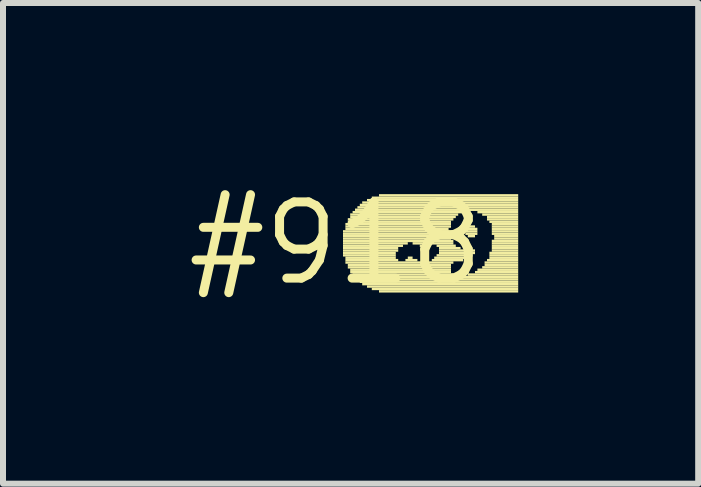
<source format=kicad_pcb>
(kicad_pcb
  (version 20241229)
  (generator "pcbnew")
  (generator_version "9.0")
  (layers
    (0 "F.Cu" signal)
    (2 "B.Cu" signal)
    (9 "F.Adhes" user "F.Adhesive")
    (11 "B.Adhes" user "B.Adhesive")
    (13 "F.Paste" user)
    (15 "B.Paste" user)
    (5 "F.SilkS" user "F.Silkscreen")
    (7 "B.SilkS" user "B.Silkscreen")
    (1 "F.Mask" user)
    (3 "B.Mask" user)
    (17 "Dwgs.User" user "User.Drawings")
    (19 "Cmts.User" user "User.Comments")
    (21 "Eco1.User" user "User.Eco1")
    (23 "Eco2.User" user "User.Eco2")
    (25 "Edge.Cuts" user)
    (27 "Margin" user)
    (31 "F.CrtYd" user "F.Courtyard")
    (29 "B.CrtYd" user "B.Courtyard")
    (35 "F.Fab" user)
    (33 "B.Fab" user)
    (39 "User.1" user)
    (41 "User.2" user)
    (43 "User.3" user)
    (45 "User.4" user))
  (footprint "#918"
    (layer "F.Cu")
    (at 2.547 1.006)
    (property "Reference" "#918" (at 0 0 0) (layer "F.SilkS") (effects (font (size 1.27 1.27) (thickness 0.15))))
    (attr through_hole)
    (fp_poly (pts (xy 0.12 -0.18) (xy 1.88 -0.18) (xy 1.88 -0.22) (xy 0.12 -0.22)) (stroke (width 0) (type solid)) (fill yes) (layer "F.SilkS"))
    (fp_poly (pts (xy 0.12 -0.14) (xy 1.88 -0.14) (xy 1.88 -0.18) (xy 0.12 -0.18)) (stroke (width 0) (type solid)) (fill yes) (layer "F.SilkS"))
    (fp_poly (pts (xy 0.12 -0.1) (xy 1.92 -0.1) (xy 1.92 -0.14) (xy 0.12 -0.14)) (stroke (width 0) (type solid)) (fill yes) (layer "F.SilkS"))
    (fp_poly (pts (xy 0.12 -0.06) (xy 1.92 -0.06) (xy 1.92 -0.1) (xy 0.12 -0.1)) (stroke (width 0) (type solid)) (fill yes) (layer "F.SilkS"))
    (fp_poly (pts (xy 0.12 -0.02) (xy 1.96 -0.02) (xy 1.96 -0.06) (xy 0.12 -0.06)) (stroke (width 0) (type solid)) (fill yes) (layer "F.SilkS"))
    (fp_poly (pts (xy 0.12 0.02) (xy 1.2 0.02) (xy 1.2 -0.02) (xy 0.12 -0.02)) (stroke (width 0) (type solid)) (fill yes) (layer "F.SilkS"))
    (fp_poly (pts (xy 0.12 0.06) (xy 1.12 0.06) (xy 1.12 0.02) (xy 0.12 0.02)) (stroke (width 0) (type solid)) (fill yes) (layer "F.SilkS"))
    (fp_poly (pts (xy 0.12 0.1) (xy 1.04 0.1) (xy 1.04 0.06) (xy 0.12 0.06)) (stroke (width 0) (type solid)) (fill yes) (layer "F.SilkS"))
    (fp_poly (pts (xy 0.12 0.14) (xy 1.04 0.14) (xy 1.04 0.1) (xy 0.12 0.1)) (stroke (width 0) (type solid)) (fill yes) (layer "F.SilkS"))
    (fp_poly (pts (xy 0.12 0.18) (xy 1 0.18) (xy 1 0.14) (xy 0.12 0.14)) (stroke (width 0) (type solid)) (fill yes) (layer "F.SilkS"))
    (fp_poly (pts (xy 0.12 0.22) (xy 1 0.22) (xy 1 0.18) (xy 0.12 0.18)) (stroke (width 0) (type solid)) (fill yes) (layer "F.SilkS"))
    (fp_poly (pts (xy 0.16 -0.3) (xy 1.92 -0.3) (xy 1.92 -0.34) (xy 0.16 -0.34)) (stroke (width 0) (type solid)) (fill yes) (layer "F.SilkS"))
    (fp_poly (pts (xy 0.16 -0.26) (xy 1.92 -0.26) (xy 1.92 -0.3) (xy 0.16 -0.3)) (stroke (width 0) (type solid)) (fill yes) (layer "F.SilkS"))
    (fp_poly (pts (xy 0.16 -0.22) (xy 1.88 -0.22) (xy 1.88 -0.26) (xy 0.16 -0.26)) (stroke (width 0) (type solid)) (fill yes) (layer "F.SilkS"))
    (fp_poly (pts (xy 0.16 0.26) (xy 1 0.26) (xy 1 0.22) (xy 0.16 0.22)) (stroke (width 0) (type solid)) (fill yes) (layer "F.SilkS"))
    (fp_poly (pts (xy 0.16 0.3) (xy 1.04 0.3) (xy 1.04 0.26) (xy 0.16 0.26)) (stroke (width 0) (type solid)) (fill yes) (layer "F.SilkS"))
    (fp_poly (pts (xy 0.16 0.34) (xy 1.96 0.34) (xy 1.96 0.3) (xy 0.16 0.3)) (stroke (width 0) (type solid)) (fill yes) (layer "F.SilkS"))
    (fp_poly (pts (xy 0.2 -0.38) (xy 1.96 -0.38) (xy 1.96 -0.42) (xy 0.2 -0.42)) (stroke (width 0) (type solid)) (fill yes) (layer "F.SilkS"))
    (fp_poly (pts (xy 0.2 -0.34) (xy 1.92 -0.34) (xy 1.92 -0.38) (xy 0.2 -0.38)) (stroke (width 0) (type solid)) (fill yes) (layer "F.SilkS"))
    (fp_poly (pts (xy 0.2 0.38) (xy 1.92 0.38) (xy 1.92 0.34) (xy 0.2 0.34)) (stroke (width 0) (type solid)) (fill yes) (layer "F.SilkS"))
    (fp_poly (pts (xy 0.2 0.42) (xy 1.92 0.42) (xy 1.92 0.38) (xy 0.2 0.38)) (stroke (width 0) (type solid)) (fill yes) (layer "F.SilkS"))
    (fp_poly (pts (xy 0.24 -0.46) (xy 2.04 -0.46) (xy 2.04 -0.5) (xy 0.24 -0.5)) (stroke (width 0) (type solid)) (fill yes) (layer "F.SilkS"))
    (fp_poly (pts (xy 0.24 -0.42) (xy 2 -0.42) (xy 2 -0.46) (xy 0.24 -0.46)) (stroke (width 0) (type solid)) (fill yes) (layer "F.SilkS"))
    (fp_poly (pts (xy 0.24 0.46) (xy 1.92 0.46) (xy 1.92 0.42) (xy 0.24 0.42)) (stroke (width 0) (type solid)) (fill yes) (layer "F.SilkS"))
    (fp_poly (pts (xy 0.24 0.5) (xy 1.92 0.5) (xy 1.92 0.46) (xy 0.24 0.46)) (stroke (width 0) (type solid)) (fill yes) (layer "F.SilkS"))
    (fp_poly (pts (xy 0.28 -0.5) (xy 2.16 -0.5) (xy 2.16 -0.54) (xy 0.28 -0.54)) (stroke (width 0) (type solid)) (fill yes) (layer "F.SilkS"))
    (fp_poly (pts (xy 0.28 0.54) (xy 1.96 0.54) (xy 1.96 0.5) (xy 0.28 0.5)) (stroke (width 0) (type solid)) (fill yes) (layer "F.SilkS"))
    (fp_poly (pts (xy 0.32 -0.54) (xy 3.04 -0.54) (xy 3.04 -0.58) (xy 0.32 -0.58)) (stroke (width 0) (type solid)) (fill yes) (layer "F.SilkS"))
    (fp_poly (pts (xy 0.32 0.58) (xy 3.04 0.58) (xy 3.04 0.54) (xy 0.32 0.54)) (stroke (width 0) (type solid)) (fill yes) (layer "F.SilkS"))
    (fp_poly (pts (xy 0.36 -0.58) (xy 3.04 -0.58) (xy 3.04 -0.62) (xy 0.36 -0.62)) (stroke (width 0) (type solid)) (fill yes) (layer "F.SilkS"))
    (fp_poly (pts (xy 0.36 0.62) (xy 3.04 0.62) (xy 3.04 0.58) (xy 0.36 0.58)) (stroke (width 0) (type solid)) (fill yes) (layer "F.SilkS"))
    (fp_poly (pts (xy 0.4 -0.62) (xy 3.04 -0.62) (xy 3.04 -0.66) (xy 0.4 -0.66)) (stroke (width 0) (type solid)) (fill yes) (layer "F.SilkS"))
    (fp_poly (pts (xy 0.4 0.66) (xy 3.04 0.66) (xy 3.04 0.62) (xy 0.4 0.62)) (stroke (width 0) (type solid)) (fill yes) (layer "F.SilkS"))
    (fp_poly (pts (xy 0.44 -0.66) (xy 3.04 -0.66) (xy 3.04 -0.7) (xy 0.44 -0.7)) (stroke (width 0) (type solid)) (fill yes) (layer "F.SilkS"))
    (fp_poly (pts (xy 0.44 0.7) (xy 3.04 0.7) (xy 3.04 0.66) (xy 0.44 0.66)) (stroke (width 0) (type solid)) (fill yes) (layer "F.SilkS"))
    (fp_poly (pts (xy 0.52 -0.7) (xy 3.04 -0.7) (xy 3.04 -0.74) (xy 0.52 -0.74)) (stroke (width 0) (type solid)) (fill yes) (layer "F.SilkS"))
    (fp_poly (pts (xy 0.52 0.74) (xy 3.04 0.74) (xy 3.04 0.7) (xy 0.52 0.7)) (stroke (width 0) (type solid)) (fill yes) (layer "F.SilkS"))
    (fp_poly (pts (xy 0.6 -0.74) (xy 3.04 -0.74) (xy 3.04 -0.78) (xy 0.6 -0.78)) (stroke (width 0) (type solid)) (fill yes) (layer "F.SilkS"))
    (fp_poly (pts (xy 0.6 0.78) (xy 3.04 0.78) (xy 3.04 0.74) (xy 0.6 0.74)) (stroke (width 0) (type solid)) (fill yes) (layer "F.SilkS"))
    (fp_poly (pts (xy 0.72 -0.78) (xy 3.04 -0.78) (xy 3.04 -0.82) (xy 0.72 -0.82)) (stroke (width 0) (type solid)) (fill yes) (layer "F.SilkS"))
    (fp_poly (pts (xy 0.72 0.82) (xy 3.04 0.82) (xy 3.04 0.78) (xy 0.72 0.78)) (stroke (width 0) (type solid)) (fill yes) (layer "F.SilkS"))
    (fp_poly (pts (xy 1.16 0.3) (xy 1.36 0.3) (xy 1.36 0.26) (xy 1.16 0.26)) (stroke (width 0) (type solid)) (fill yes) (layer "F.SilkS"))
    (fp_poly (pts (xy 1.2 0.26) (xy 1.28 0.26) (xy 1.28 0.22) (xy 1.2 0.22)) (stroke (width 0) (type solid)) (fill yes) (layer "F.SilkS"))
    (fp_poly (pts (xy 1.28 0.02) (xy 1.96 0.02) (xy 1.96 -0.02) (xy 1.28 -0.02)) (stroke (width 0) (type solid)) (fill yes) (layer "F.SilkS"))
    (fp_poly (pts (xy 1.4 0.06) (xy 1.52 0.06) (xy 1.52 0.02) (xy 1.4 0.02)) (stroke (width 0) (type solid)) (fill yes) (layer "F.SilkS"))
    (fp_poly (pts (xy 1.44 0.1) (xy 1.48 0.1) (xy 1.48 0.06) (xy 1.44 0.06)) (stroke (width 0) (type solid)) (fill yes) (layer "F.SilkS"))
    (fp_poly (pts (xy 1.6 0.3) (xy 2.12 0.3) (xy 2.12 0.26) (xy 1.6 0.26)) (stroke (width 0) (type solid)) (fill yes) (layer "F.SilkS"))
    (fp_poly (pts (xy 1.64 0.26) (xy 2.24 0.26) (xy 2.24 0.22) (xy 1.64 0.22)) (stroke (width 0) (type solid)) (fill yes) (layer "F.SilkS"))
    (fp_poly (pts (xy 1.68 0.06) (xy 2 0.06) (xy 2 0.02) (xy 1.68 0.02)) (stroke (width 0) (type solid)) (fill yes) (layer "F.SilkS"))
    (fp_poly (pts (xy 1.68 0.22) (xy 2.28 0.22) (xy 2.28 0.18) (xy 1.68 0.18)) (stroke (width 0) (type solid)) (fill yes) (layer "F.SilkS"))
    (fp_poly (pts (xy 1.72 0.1) (xy 2.08 0.1) (xy 2.08 0.06) (xy 1.72 0.06)) (stroke (width 0) (type solid)) (fill yes) (layer "F.SilkS"))
    (fp_poly (pts (xy 1.72 0.14) (xy 2.32 0.14) (xy 2.32 0.1) (xy 1.72 0.1)) (stroke (width 0) (type solid)) (fill yes) (layer "F.SilkS"))
    (fp_poly (pts (xy 1.72 0.18) (xy 2.32 0.18) (xy 2.32 0.14) (xy 1.72 0.14)) (stroke (width 0) (type solid)) (fill yes) (layer "F.SilkS"))
    (fp_poly (pts (xy 2.12 -0.18) (xy 2.36 -0.18) (xy 2.36 -0.22) (xy 2.12 -0.22)) (stroke (width 0) (type solid)) (fill yes) (layer "F.SilkS"))
    (fp_poly (pts (xy 2.16 -0.26) (xy 2.32 -0.26) (xy 2.32 -0.3) (xy 2.16 -0.3)) (stroke (width 0) (type solid)) (fill yes) (layer "F.SilkS"))
    (fp_poly (pts (xy 2.16 -0.22) (xy 2.36 -0.22) (xy 2.36 -0.26) (xy 2.16 -0.26)) (stroke (width 0) (type solid)) (fill yes) (layer "F.SilkS"))
    (fp_poly (pts (xy 2.16 -0.14) (xy 2.36 -0.14) (xy 2.36 -0.18) (xy 2.16 -0.18)) (stroke (width 0) (type solid)) (fill yes) (layer "F.SilkS"))
    (fp_poly (pts (xy 2.2 -0.1) (xy 2.32 -0.1) (xy 2.32 -0.14) (xy 2.2 -0.14)) (stroke (width 0) (type solid)) (fill yes) (layer "F.SilkS"))
    (fp_poly (pts (xy 2.2 0.54) (xy 3.04 0.54) (xy 3.04 0.5) (xy 2.2 0.5)) (stroke (width 0) (type solid)) (fill yes) (layer "F.SilkS"))
    (fp_poly (pts (xy 2.32 0.5) (xy 3.04 0.5) (xy 3.04 0.46) (xy 2.32 0.46)) (stroke (width 0) (type solid)) (fill yes) (layer "F.SilkS"))
    (fp_poly (pts (xy 2.36 -0.5) (xy 3.04 -0.5) (xy 3.04 -0.54) (xy 2.36 -0.54)) (stroke (width 0) (type solid)) (fill yes) (layer "F.SilkS"))
    (fp_poly (pts (xy 2.36 0.46) (xy 3.04 0.46) (xy 3.04 0.42) (xy 2.36 0.42)) (stroke (width 0) (type solid)) (fill yes) (layer "F.SilkS"))
    (fp_poly (pts (xy 2.44 -0.46) (xy 3.04 -0.46) (xy 3.04 -0.5) (xy 2.44 -0.5)) (stroke (width 0) (type solid)) (fill yes) (layer "F.SilkS"))
    (fp_poly (pts (xy 2.44 0.42) (xy 3.04 0.42) (xy 3.04 0.38) (xy 2.44 0.38)) (stroke (width 0) (type solid)) (fill yes) (layer "F.SilkS"))
    (fp_poly (pts (xy 2.48 0.34) (xy 3.04 0.34) (xy 3.04 0.3) (xy 2.48 0.3)) (stroke (width 0) (type solid)) (fill yes) (layer "F.SilkS"))
    (fp_poly (pts (xy 2.48 0.38) (xy 3.04 0.38) (xy 3.04 0.34) (xy 2.48 0.34)) (stroke (width 0) (type solid)) (fill yes) (layer "F.SilkS"))
    (fp_poly (pts (xy 2.52 -0.42) (xy 3.04 -0.42) (xy 3.04 -0.46) (xy 2.52 -0.46)) (stroke (width 0) (type solid)) (fill yes) (layer "F.SilkS"))
    (fp_poly (pts (xy 2.52 -0.38) (xy 3.04 -0.38) (xy 3.04 -0.42) (xy 2.52 -0.42)) (stroke (width 0) (type solid)) (fill yes) (layer "F.SilkS"))
    (fp_poly (pts (xy 2.52 0.3) (xy 3.04 0.3) (xy 3.04 0.26) (xy 2.52 0.26)) (stroke (width 0) (type solid)) (fill yes) (layer "F.SilkS"))
    (fp_poly (pts (xy 2.56 -0.34) (xy 3.04 -0.34) (xy 3.04 -0.38) (xy 2.56 -0.38)) (stroke (width 0) (type solid)) (fill yes) (layer "F.SilkS"))
    (fp_poly (pts (xy 2.56 0.18) (xy 3.04 0.18) (xy 3.04 0.14) (xy 2.56 0.14)) (stroke (width 0) (type solid)) (fill yes) (layer "F.SilkS"))
    (fp_poly (pts (xy 2.56 0.22) (xy 3.04 0.22) (xy 3.04 0.18) (xy 2.56 0.18)) (stroke (width 0) (type solid)) (fill yes) (layer "F.SilkS"))
    (fp_poly (pts (xy 2.56 0.26) (xy 3.04 0.26) (xy 3.04 0.22) (xy 2.56 0.22)) (stroke (width 0) (type solid)) (fill yes) (layer "F.SilkS"))
    (fp_poly (pts (xy 2.6 -0.3) (xy 3.04 -0.3) (xy 3.04 -0.34) (xy 2.6 -0.34)) (stroke (width 0) (type solid)) (fill yes) (layer "F.SilkS"))
    (fp_poly (pts (xy 2.6 -0.26) (xy 3.04 -0.26) (xy 3.04 -0.3) (xy 2.6 -0.3)) (stroke (width 0) (type solid)) (fill yes) (layer "F.SilkS"))
    (fp_poly (pts (xy 2.6 -0.22) (xy 3.04 -0.22) (xy 3.04 -0.26) (xy 2.6 -0.26)) (stroke (width 0) (type solid)) (fill yes) (layer "F.SilkS"))
    (fp_poly (pts (xy 2.6 -0.18) (xy 3.04 -0.18) (xy 3.04 -0.22) (xy 2.6 -0.22)) (stroke (width 0) (type solid)) (fill yes) (layer "F.SilkS"))
    (fp_poly (pts (xy 2.6 -0.14) (xy 3.04 -0.14) (xy 3.04 -0.18) (xy 2.6 -0.18)) (stroke (width 0) (type solid)) (fill yes) (layer "F.SilkS"))
    (fp_poly (pts (xy 2.6 -0.02) (xy 3.04 -0.02) (xy 3.04 -0.06) (xy 2.6 -0.06)) (stroke (width 0) (type solid)) (fill yes) (layer "F.SilkS"))
    (fp_poly (pts (xy 2.6 0.02) (xy 3.04 0.02) (xy 3.04 -0.02) (xy 2.6 -0.02)) (stroke (width 0) (type solid)) (fill yes) (layer "F.SilkS"))
    (fp_poly (pts (xy 2.6 0.06) (xy 3.04 0.06) (xy 3.04 0.02) (xy 2.6 0.02)) (stroke (width 0) (type solid)) (fill yes) (layer "F.SilkS"))
    (fp_poly (pts (xy 2.6 0.1) (xy 3.04 0.1) (xy 3.04 0.06) (xy 2.6 0.06)) (stroke (width 0) (type solid)) (fill yes) (layer "F.SilkS"))
    (fp_poly (pts (xy 2.6 0.14) (xy 3.04 0.14) (xy 3.04 0.1) (xy 2.6 0.1)) (stroke (width 0) (type solid)) (fill yes) (layer "F.SilkS"))
    (fp_poly (pts (xy 2.64 -0.1) (xy 3.04 -0.1) (xy 3.04 -0.14) (xy 2.64 -0.14)) (stroke (width 0) (type solid)) (fill yes) (layer "F.SilkS"))
    (fp_poly (pts (xy 2.64 -0.06) (xy 3.04 -0.06) (xy 3.04 -0.1) (xy 2.64 -0.1)) (stroke (width 0) (type solid)) (fill yes) (layer "F.SilkS")))
  (gr_rect
    (start -3 -3)
    (end 8.587 5.012)
    (stroke (width 0.1) (type default))
    (fill no)
    (layer "Edge.Cuts")))
</source>
